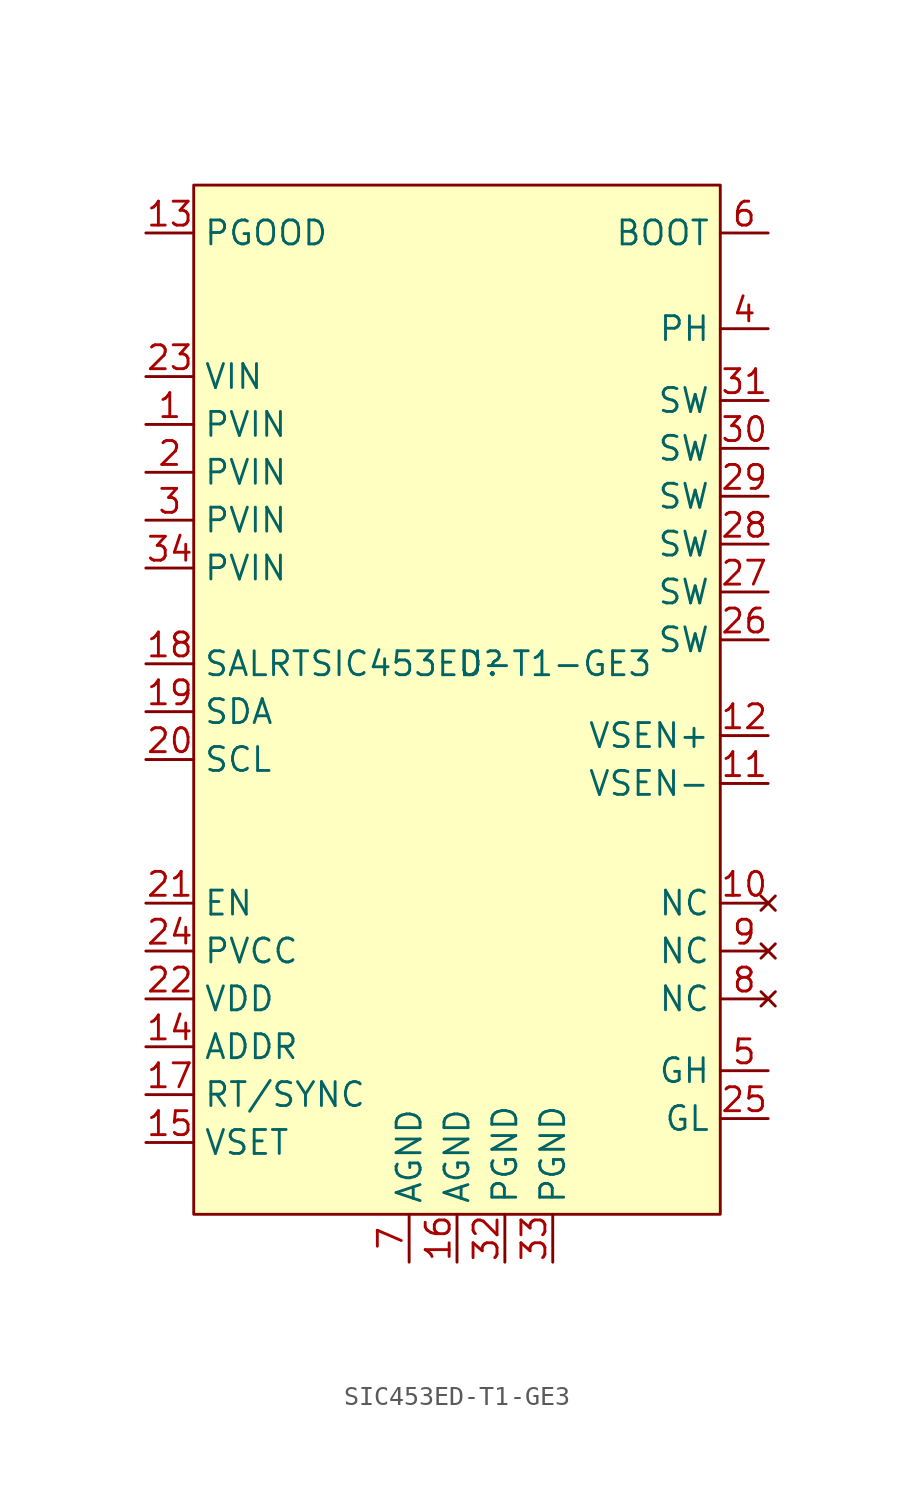
<source format=kicad_sym>
(kicad_symbol_lib
  (version 20220914)
  (generator kicad_symbol_editor)
  (symbol "SIC453ED-T1-GE3"
    (property "Reference" "U"
      (at 0 0 0)
      (effects (font (size 1.27 1.27))))
    (property "Value" "SIC453ED-T1-GE3"
      (at 0 0 0)
      (effects (font (size 1.27 1.27))))
    (symbol "SIC453ED-T1-GE3_0_1"
      (rectangle (start -15.24 25.4) (end 12.7 -29.21) (stroke (width 0.152) (type default)) (fill (type background))))
    (symbol "SIC453ED-T1-GE3_1_1"
      (pin power_in line (at -17.78 12.7 0) (length 2.54) (name "PVIN" (effects (font (size 1.27 1.27)))) (number "1" (effects (font (size 1.27 1.27)))))
      (pin no_connect line (at 15.24 -12.7 180) (length 2.54) (name "NC" (effects (font (size 1.27 1.27)))) (number "10" (effects (font (size 1.27 1.27)))))
      (pin input line (at 15.24 -6.35 180) (length 2.54) (name "VSEN-" (effects (font (size 1.27 1.27)))) (number "11" (effects (font (size 1.27 1.27)))))
      (pin input line (at 15.24 -3.81 180) (length 2.54) (name "VSEN+" (effects (font (size 1.27 1.27)))) (number "12" (effects (font (size 1.27 1.27)))))
      (pin open_collector line (at -17.78 22.86 0) (length 2.54) (name "PGOOD" (effects (font (size 1.27 1.27)))) (number "13" (effects (font (size 1.27 1.27)))))
      (pin input line (at -17.78 -20.32 0) (length 2.54) (name "ADDR" (effects (font (size 1.27 1.27)))) (number "14" (effects (font (size 1.27 1.27)))))
      (pin input line (at -17.78 -25.4 0) (length 2.54) (name "VSET" (effects (font (size 1.27 1.27)))) (number "15" (effects (font (size 1.27 1.27)))))
      (pin power_in line (at -1.27 -31.75 90) (length 2.54) (name "AGND" (effects (font (size 1.27 1.27)))) (number "16" (effects (font (size 1.27 1.27)))))
      (pin input line (at -17.78 -22.86 0) (length 2.54) (name "RT/SYNC" (effects (font (size 1.27 1.27)))) (number "17" (effects (font (size 1.27 1.27)))))
      (pin output line (at -17.78 0 0) (length 2.54) (name "SALRT" (effects (font (size 1.27 1.27)))) (number "18" (effects (font (size 1.27 1.27)))))
      (pin bidirectional line (at -17.78 -2.54 0) (length 2.54) (name "SDA" (effects (font (size 1.27 1.27)))) (number "19" (effects (font (size 1.27 1.27)))))
      (pin power_in line (at -17.78 10.16 0) (length 2.54) (name "PVIN" (effects (font (size 1.27 1.27)))) (number "2" (effects (font (size 1.27 1.27)))))
      (pin bidirectional line (at -17.78 -5.08 0) (length 2.54) (name "SCL" (effects (font (size 1.27 1.27)))) (number "20" (effects (font (size 1.27 1.27)))))
      (pin input line (at -17.78 -12.7 0) (length 2.54) (name "EN" (effects (font (size 1.27 1.27)))) (number "21" (effects (font (size 1.27 1.27)))))
      (pin power_out line (at -17.78 -17.78 0) (length 2.54) (name "VDD" (effects (font (size 1.27 1.27)))) (number "22" (effects (font (size 1.27 1.27)))))
      (pin power_in line (at -17.78 15.24 0) (length 2.54) (name "VIN" (effects (font (size 1.27 1.27)))) (number "23" (effects (font (size 1.27 1.27)))))
      (pin power_out line (at -17.78 -15.24 0) (length 2.54) (name "PVCC" (effects (font (size 1.27 1.27)))) (number "24" (effects (font (size 1.27 1.27)))))
      (pin input line (at 15.24 -24.13 180) (length 2.54) (name "GL" (effects (font (size 1.27 1.27)))) (number "25" (effects (font (size 1.27 1.27)))))
      (pin passive line (at 15.24 1.27 180) (length 2.54) (name "SW" (effects (font (size 1.27 1.27)))) (number "26" (effects (font (size 1.27 1.27)))))
      (pin passive line (at 15.24 3.81 180) (length 2.54) (name "SW" (effects (font (size 1.27 1.27)))) (number "27" (effects (font (size 1.27 1.27)))))
      (pin passive line (at 15.24 6.35 180) (length 2.54) (name "SW" (effects (font (size 1.27 1.27)))) (number "28" (effects (font (size 1.27 1.27)))))
      (pin passive line (at 15.24 8.89 180) (length 2.54) (name "SW" (effects (font (size 1.27 1.27)))) (number "29" (effects (font (size 1.27 1.27)))))
      (pin power_in line (at -17.78 7.62 0) (length 2.54) (name "PVIN" (effects (font (size 1.27 1.27)))) (number "3" (effects (font (size 1.27 1.27)))))
      (pin passive line (at 15.24 11.43 180) (length 2.54) (name "SW" (effects (font (size 1.27 1.27)))) (number "30" (effects (font (size 1.27 1.27)))))
      (pin power_out line (at 15.24 13.97 180) (length 2.54) (name "SW" (effects (font (size 1.27 1.27)))) (number "31" (effects (font (size 1.27 1.27)))))
      (pin power_in line (at 1.27 -31.75 90) (length 2.54) (name "PGND" (effects (font (size 1.27 1.27)))) (number "32" (effects (font (size 1.27 1.27)))))
      (pin power_in line (at 3.81 -31.75 90) (length 2.54) (name "PGND" (effects (font (size 1.27 1.27)))) (number "33" (effects (font (size 1.27 1.27)))))
      (pin power_in line (at -17.78 5.08 0) (length 2.54) (name "PVIN" (effects (font (size 1.27 1.27)))) (number "34" (effects (font (size 1.27 1.27)))))
      (pin input line (at 15.24 17.78 180) (length 2.54) (name "PH" (effects (font (size 1.27 1.27)))) (number "4" (effects (font (size 1.27 1.27)))))
      (pin input line (at 15.24 -21.59 180) (length 2.54) (name "GH" (effects (font (size 1.27 1.27)))) (number "5" (effects (font (size 1.27 1.27)))))
      (pin input line (at 15.24 22.86 180) (length 2.54) (name "BOOT" (effects (font (size 1.27 1.27)))) (number "6" (effects (font (size 1.27 1.27)))))
      (pin power_in line (at -3.81 -31.75 90) (length 2.54) (name "AGND" (effects (font (size 1.27 1.27)))) (number "7" (effects (font (size 1.27 1.27)))))
      (pin no_connect line (at 15.24 -17.78 180) (length 2.54) (name "NC" (effects (font (size 1.27 1.27)))) (number "8" (effects (font (size 1.27 1.27)))))
      (pin no_connect line (at 15.24 -15.24 180) (length 2.54) (name "NC" (effects (font (size 1.27 1.27)))) (number "9" (effects (font (size 1.27 1.27))))))))
</source>
